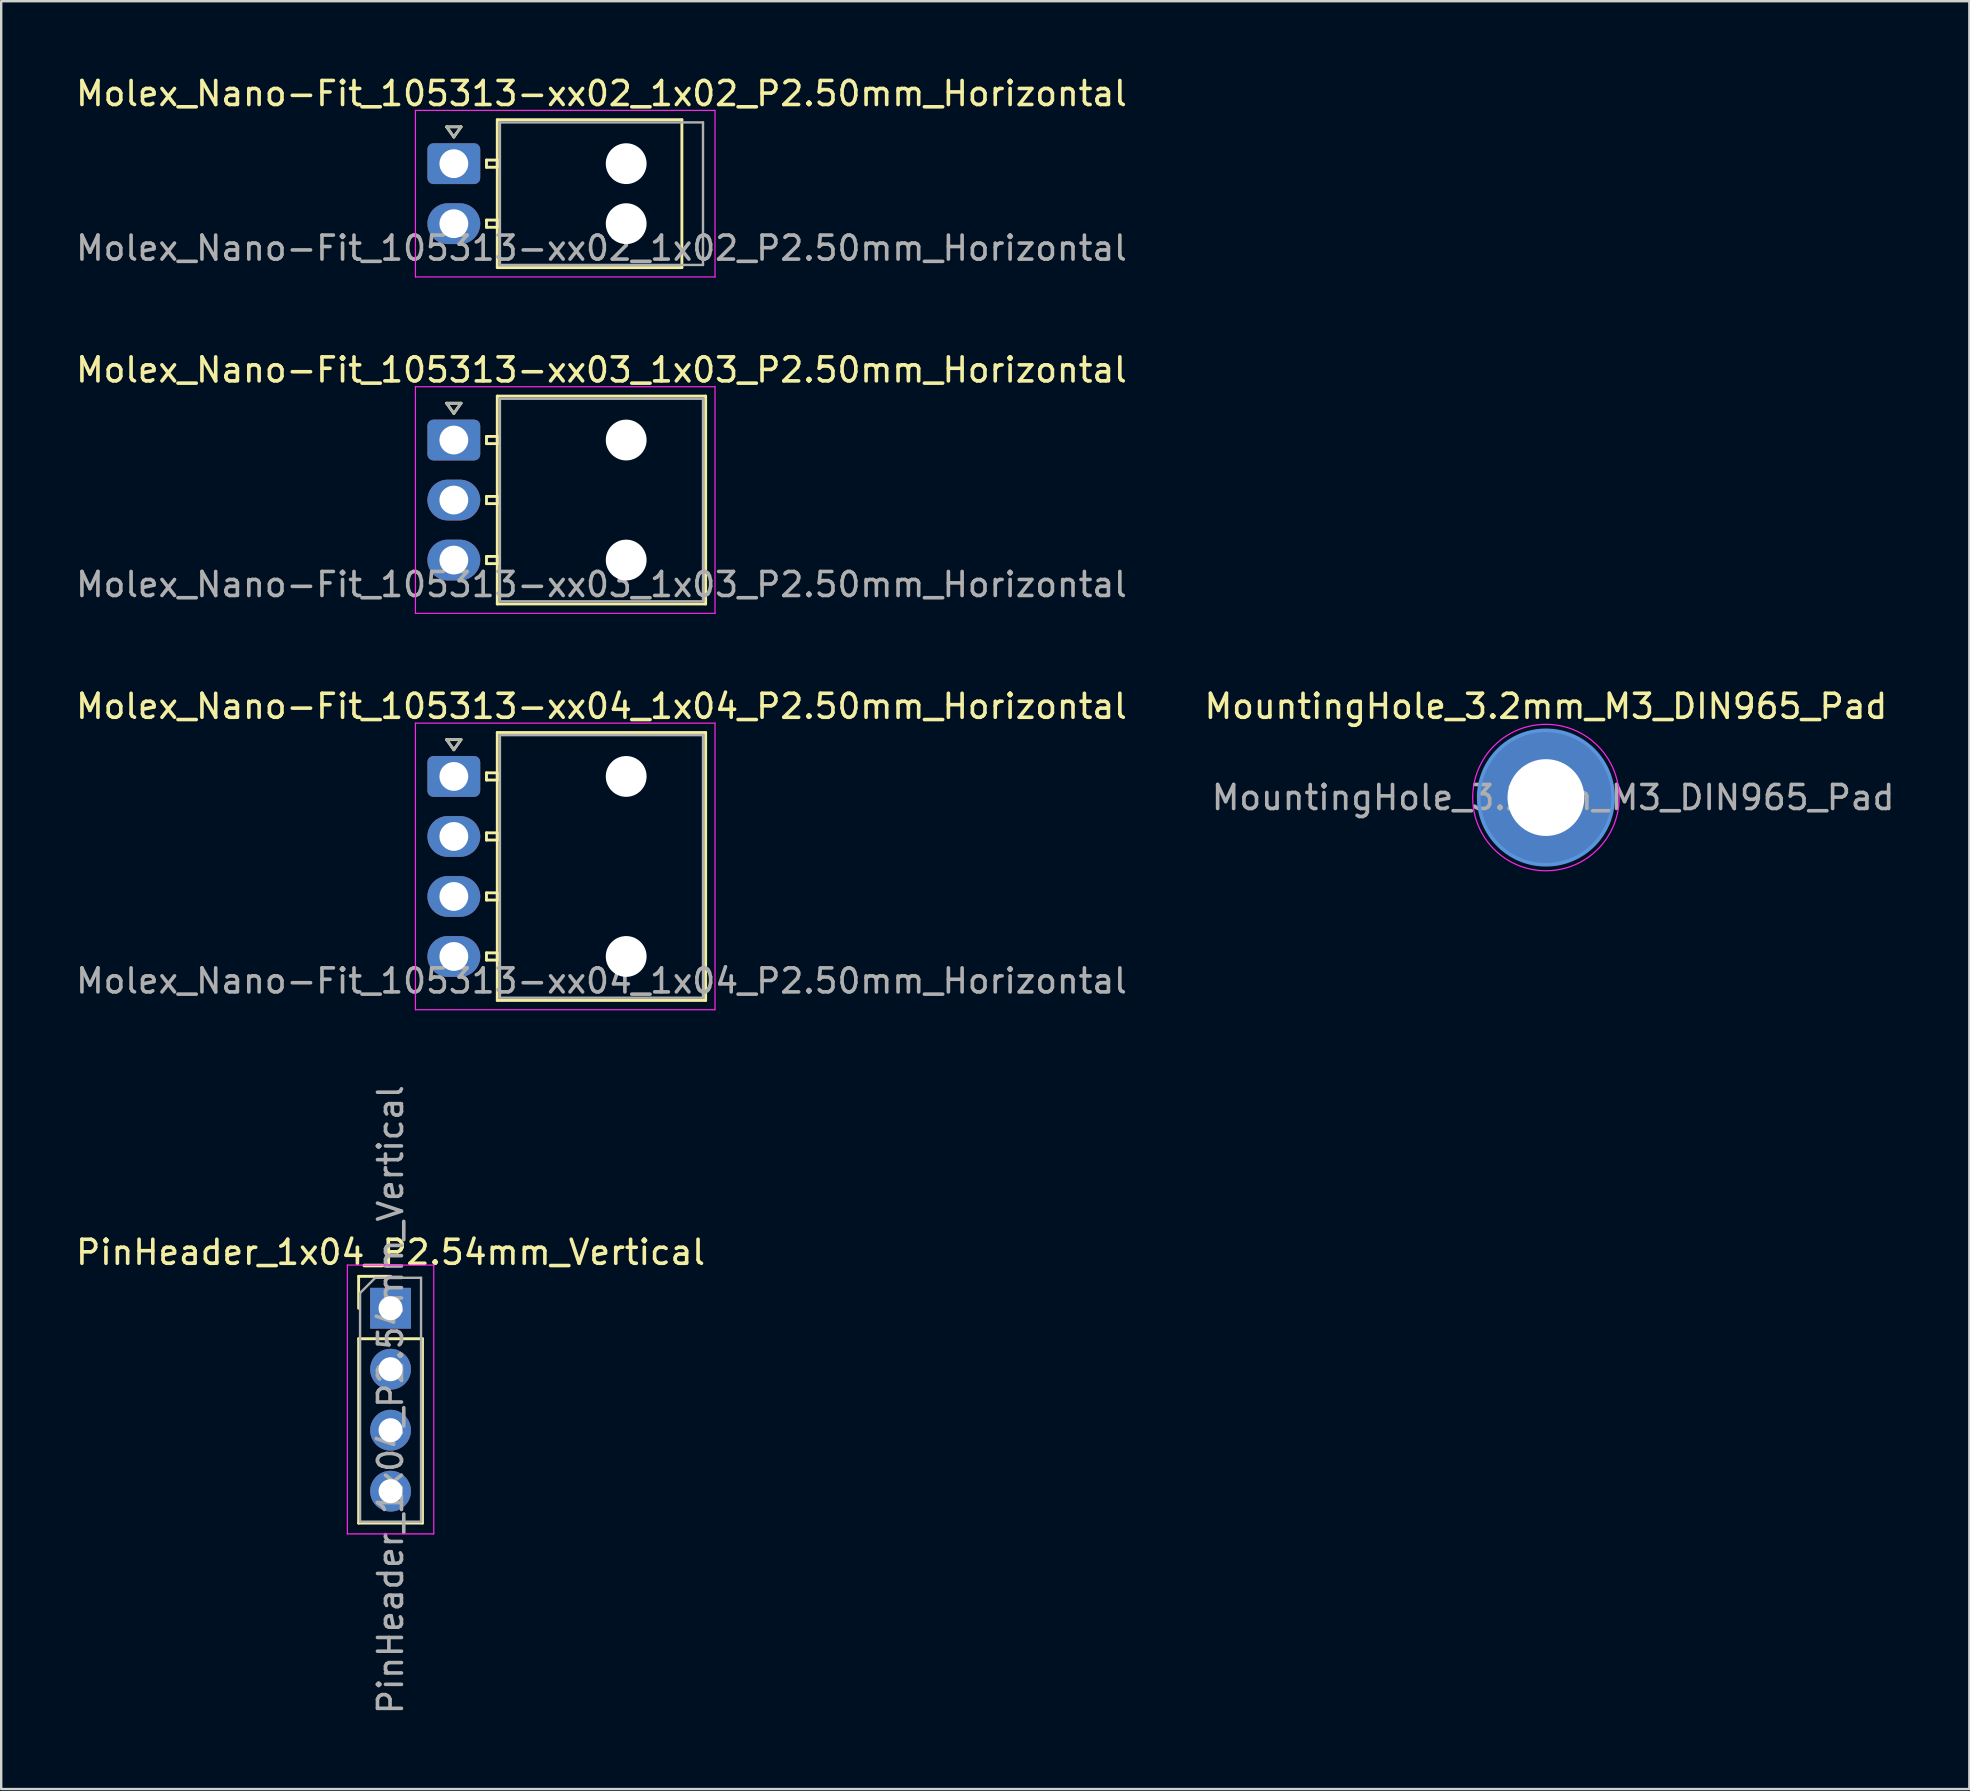
<source format=kicad_pcb>
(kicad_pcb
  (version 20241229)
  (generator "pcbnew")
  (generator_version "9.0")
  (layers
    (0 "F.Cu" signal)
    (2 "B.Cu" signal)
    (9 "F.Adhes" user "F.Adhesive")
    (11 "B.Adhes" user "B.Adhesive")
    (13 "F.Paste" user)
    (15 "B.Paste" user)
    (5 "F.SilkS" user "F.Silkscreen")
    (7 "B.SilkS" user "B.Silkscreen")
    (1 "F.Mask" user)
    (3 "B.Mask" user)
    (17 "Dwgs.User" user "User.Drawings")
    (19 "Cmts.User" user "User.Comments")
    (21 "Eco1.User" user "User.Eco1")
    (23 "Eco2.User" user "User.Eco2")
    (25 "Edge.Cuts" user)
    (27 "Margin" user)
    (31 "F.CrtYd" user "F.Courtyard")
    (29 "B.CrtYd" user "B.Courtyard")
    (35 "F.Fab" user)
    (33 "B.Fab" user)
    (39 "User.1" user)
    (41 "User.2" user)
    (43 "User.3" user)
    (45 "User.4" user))
  (footprint "Molex_Nano-Fit_105313-xx02_1x02_P2.50mm_Horizontal"
    (layer "F.Cu")
    (at 15.856 3.768)
    (property "Reference" "Molex_Nano-Fit_105313-xx02_1x02_P2.50mm_Horizontal" (at 6.15 -2.92 0) (layer "F.SilkS") (effects (font (size 1 1) (thickness 0.15))))
    (attr through_hole)
    (fp_line (start -0.3 -1.534) (end 0 -1.11) (stroke (width 0.12) (type solid)) (layer "F.SilkS"))
    (fp_line (start 0 -1.11) (end 0.3 -1.534) (stroke (width 0.12) (type solid)) (layer "F.SilkS"))
    (fp_line (start 0.3 -1.534) (end -0.3 -1.534) (stroke (width 0.12) (type solid)) (layer "F.SilkS"))
    (fp_line (start 1.36 -0.15) (end 1.36 0.15) (stroke (width 0.12) (type solid)) (layer "F.SilkS"))
    (fp_line (start 1.36 0.15) (end 1.81 0.15) (stroke (width 0.12) (type solid)) (layer "F.SilkS"))
    (fp_line (start 1.36 2.35) (end 1.36 2.65) (stroke (width 0.12) (type solid)) (layer "F.SilkS"))
    (fp_line (start 1.36 2.65) (end 1.81 2.65) (stroke (width 0.12) (type solid)) (layer "F.SilkS"))
    (fp_line (start 1.81 -1.83) (end 1.81 4.33) (stroke (width 0.12) (type solid)) (layer "F.SilkS"))
    (fp_line (start 1.81 -0.15) (end 1.36 -0.15) (stroke (width 0.12) (type solid)) (layer "F.SilkS"))
    (fp_line (start 1.81 0.15) (end 1.81 -0.15) (stroke (width 0.12) (type solid)) (layer "F.SilkS"))
    (fp_line (start 1.81 2.35) (end 1.36 2.35) (stroke (width 0.12) (type solid)) (layer "F.SilkS"))
    (fp_line (start 1.81 2.65) (end 1.81 2.35) (stroke (width 0.12) (type solid)) (layer "F.SilkS"))
    (fp_line (start 1.81 4.33) (end 9.5 4.33) (stroke (width 0.12) (type solid)) (layer "F.SilkS"))
    (fp_line (start 9.5 -1.83) (end 1.81 -1.83) (stroke (width 0.12) (type solid)) (layer "F.SilkS"))
    (fp_line (start 9.5 4.33) (end 9.5 -1.83) (stroke (width 0.12) (type solid)) (layer "F.SilkS"))
    (fp_line (start -1.6 -2.22) (end -1.6 4.72) (stroke (width 0.05) (type solid)) (layer "F.CrtYd"))
    (fp_line (start -1.6 4.72) (end 10.88 4.72) (stroke (width 0.05) (type solid)) (layer "F.CrtYd"))
    (fp_line (start 10.88 -2.22) (end -1.6 -2.22) (stroke (width 0.05) (type solid)) (layer "F.CrtYd"))
    (fp_line (start 10.88 4.72) (end 10.88 -2.22) (stroke (width 0.05) (type solid)) (layer "F.CrtYd"))
    (fp_line (start -0.3 -1.534) (end 0 -1.11) (stroke (width 0.1) (type solid)) (layer "F.Fab"))
    (fp_line (start 0 -1.11) (end 0.3 -1.534) (stroke (width 0.1) (type solid)) (layer "F.Fab"))
    (fp_line (start 0.3 -1.534) (end -0.3 -1.534) (stroke (width 0.1) (type solid)) (layer "F.Fab"))
    (fp_line (start 1.92 -1.72) (end 1.92 4.22) (stroke (width 0.1) (type solid)) (layer "F.Fab"))
    (fp_line (start 1.92 4.22) (end 10.38 4.22) (stroke (width 0.1) (type solid)) (layer "F.Fab"))
    (fp_line (start 10.38 -1.72) (end 1.92 -1.72) (stroke (width 0.1) (type solid)) (layer "F.Fab"))
    (fp_line (start 10.38 4.22) (end 10.38 -1.72) (stroke (width 0.1) (type solid)) (layer "F.Fab"))
    (fp_text user "${REFERENCE}" (at 6.15 3.52 0) (layer "F.Fab") (effects (font (size 1 1) (thickness 0.15))))
    (pad "" np_thru_hole circle (at 7.18 0) (size 1.7 1.7) (drill 1.7) (layers "*.Cu" "*.Mask"))
    (pad "" np_thru_hole circle (at 7.18 2.5) (size 1.7 1.7) (drill 1.7) (layers "*.Cu" "*.Mask"))
    (pad "1" thru_hole roundrect (at 0 0) (size 2.2 1.7) (drill 1.2) (layers "*.Cu" "*.Mask") (roundrect_rratio 0.147))
    (pad "2" thru_hole oval (at 0 2.5) (size 2.2 1.7) (drill 1.2) (layers "*.Cu" "*.Mask")))
  (footprint "PinHeader_1x04_P2.54mm_Vertical"
    (layer "F.Cu")
    (at 13.22 51.45)
    (property "Reference" "PinHeader_1x04_P2.54mm_Vertical" (at 0 -2.33 0) (layer "F.SilkS") (effects (font (size 1 1) (thickness 0.15))))
    (attr through_hole)
    (fp_line (start -1.33 -1.33) (end 0 -1.33) (stroke (width 0.12) (type solid)) (layer "F.SilkS"))
    (fp_line (start -1.33 0) (end -1.33 -1.33) (stroke (width 0.12) (type solid)) (layer "F.SilkS"))
    (fp_line (start -1.33 1.27) (end -1.33 8.95) (stroke (width 0.12) (type solid)) (layer "F.SilkS"))
    (fp_line (start -1.33 1.27) (end 1.33 1.27) (stroke (width 0.12) (type solid)) (layer "F.SilkS"))
    (fp_line (start -1.33 8.95) (end 1.33 8.95) (stroke (width 0.12) (type solid)) (layer "F.SilkS"))
    (fp_line (start 1.33 1.27) (end 1.33 8.95) (stroke (width 0.12) (type solid)) (layer "F.SilkS"))
    (fp_line (start -1.8 -1.8) (end -1.8 9.4) (stroke (width 0.05) (type solid)) (layer "F.CrtYd"))
    (fp_line (start -1.8 9.4) (end 1.8 9.4) (stroke (width 0.05) (type solid)) (layer "F.CrtYd"))
    (fp_line (start 1.8 -1.8) (end -1.8 -1.8) (stroke (width 0.05) (type solid)) (layer "F.CrtYd"))
    (fp_line (start 1.8 9.4) (end 1.8 -1.8) (stroke (width 0.05) (type solid)) (layer "F.CrtYd"))
    (fp_line (start -1.27 -0.635) (end -0.635 -1.27) (stroke (width 0.1) (type solid)) (layer "F.Fab"))
    (fp_line (start -1.27 8.89) (end -1.27 -0.635) (stroke (width 0.1) (type solid)) (layer "F.Fab"))
    (fp_line (start -0.635 -1.27) (end 1.27 -1.27) (stroke (width 0.1) (type solid)) (layer "F.Fab"))
    (fp_line (start 1.27 -1.27) (end 1.27 8.89) (stroke (width 0.1) (type solid)) (layer "F.Fab"))
    (fp_line (start 1.27 8.89) (end -1.27 8.89) (stroke (width 0.1) (type solid)) (layer "F.Fab"))
    (fp_text user "${REFERENCE}" (at 0 3.81 270) (layer "F.Fab") (effects (font (size 1 1) (thickness 0.15))))
    (pad "1" thru_hole rect (at 0 0) (size 1.7 1.7) (drill 1) (layers "*.Cu" "*.Mask"))
    (pad "2" thru_hole oval (at 0 2.54) (size 1.7 1.7) (drill 1) (layers "*.Cu" "*.Mask"))
    (pad "3" thru_hole oval (at 0 5.08) (size 1.7 1.7) (drill 1) (layers "*.Cu" "*.Mask"))
    (pad "4" thru_hole oval (at 0 7.62) (size 1.7 1.7) (drill 1) (layers "*.Cu" "*.Mask")))
  (footprint "Molex_Nano-Fit_105313-xx04_1x04_P2.50mm_Horizontal"
    (layer "F.Cu")
    (at 15.856 29.295)
    (property "Reference" "Molex_Nano-Fit_105313-xx04_1x04_P2.50mm_Horizontal" (at 6.15 -2.92 180) (layer "F.SilkS") (effects (font (size 1 1) (thickness 0.15))))
    (attr through_hole)
    (fp_line (start -0.3 -1.534) (end 0 -1.11) (stroke (width 0.12) (type solid)) (layer "F.SilkS"))
    (fp_line (start 0 -1.11) (end 0.3 -1.534) (stroke (width 0.12) (type solid)) (layer "F.SilkS"))
    (fp_line (start 0.3 -1.534) (end -0.3 -1.534) (stroke (width 0.12) (type solid)) (layer "F.SilkS"))
    (fp_line (start 1.36 -0.15) (end 1.36 0.15) (stroke (width 0.12) (type solid)) (layer "F.SilkS"))
    (fp_line (start 1.36 0.15) (end 1.81 0.15) (stroke (width 0.12) (type solid)) (layer "F.SilkS"))
    (fp_line (start 1.36 2.35) (end 1.36 2.65) (stroke (width 0.12) (type solid)) (layer "F.SilkS"))
    (fp_line (start 1.36 2.65) (end 1.81 2.65) (stroke (width 0.12) (type solid)) (layer "F.SilkS"))
    (fp_line (start 1.36 4.85) (end 1.36 5.15) (stroke (width 0.12) (type solid)) (layer "F.SilkS"))
    (fp_line (start 1.36 5.15) (end 1.81 5.15) (stroke (width 0.12) (type solid)) (layer "F.SilkS"))
    (fp_line (start 1.36 7.35) (end 1.36 7.65) (stroke (width 0.12) (type solid)) (layer "F.SilkS"))
    (fp_line (start 1.36 7.65) (end 1.81 7.65) (stroke (width 0.12) (type solid)) (layer "F.SilkS"))
    (fp_line (start 1.81 -1.83) (end 1.81 9.33) (stroke (width 0.12) (type solid)) (layer "F.SilkS"))
    (fp_line (start 1.81 -0.15) (end 1.36 -0.15) (stroke (width 0.12) (type solid)) (layer "F.SilkS"))
    (fp_line (start 1.81 0.15) (end 1.81 -0.15) (stroke (width 0.12) (type solid)) (layer "F.SilkS"))
    (fp_line (start 1.81 2.35) (end 1.36 2.35) (stroke (width 0.12) (type solid)) (layer "F.SilkS"))
    (fp_line (start 1.81 2.65) (end 1.81 2.35) (stroke (width 0.12) (type solid)) (layer "F.SilkS"))
    (fp_line (start 1.81 4.85) (end 1.36 4.85) (stroke (width 0.12) (type solid)) (layer "F.SilkS"))
    (fp_line (start 1.81 5.15) (end 1.81 4.85) (stroke (width 0.12) (type solid)) (layer "F.SilkS"))
    (fp_line (start 1.81 7.35) (end 1.36 7.35) (stroke (width 0.12) (type solid)) (layer "F.SilkS"))
    (fp_line (start 1.81 7.65) (end 1.81 7.35) (stroke (width 0.12) (type solid)) (layer "F.SilkS"))
    (fp_line (start 1.81 9.33) (end 10.49 9.33) (stroke (width 0.12) (type solid)) (layer "F.SilkS"))
    (fp_line (start 10.49 -1.83) (end 1.81 -1.83) (stroke (width 0.12) (type solid)) (layer "F.SilkS"))
    (fp_line (start 10.49 9.33) (end 10.49 -1.83) (stroke (width 0.12) (type solid)) (layer "F.SilkS"))
    (fp_line (start -1.6 -2.22) (end -1.6 9.72) (stroke (width 0.05) (type solid)) (layer "F.CrtYd"))
    (fp_line (start -1.6 9.72) (end 10.88 9.72) (stroke (width 0.05) (type solid)) (layer "F.CrtYd"))
    (fp_line (start 10.88 -2.22) (end -1.6 -2.22) (stroke (width 0.05) (type solid)) (layer "F.CrtYd"))
    (fp_line (start 10.88 9.72) (end 10.88 -2.22) (stroke (width 0.05) (type solid)) (layer "F.CrtYd"))
    (fp_line (start -0.3 -1.534) (end 0 -1.11) (stroke (width 0.1) (type solid)) (layer "F.Fab"))
    (fp_line (start 0 -1.11) (end 0.3 -1.534) (stroke (width 0.1) (type solid)) (layer "F.Fab"))
    (fp_line (start 0.3 -1.534) (end -0.3 -1.534) (stroke (width 0.1) (type solid)) (layer "F.Fab"))
    (fp_line (start 1.92 -1.72) (end 1.92 9.22) (stroke (width 0.1) (type solid)) (layer "F.Fab"))
    (fp_line (start 1.92 9.22) (end 10.38 9.22) (stroke (width 0.1) (type solid)) (layer "F.Fab"))
    (fp_line (start 10.38 -1.72) (end 1.92 -1.72) (stroke (width 0.1) (type solid)) (layer "F.Fab"))
    (fp_line (start 10.38 9.22) (end 10.38 -1.72) (stroke (width 0.1) (type solid)) (layer "F.Fab"))
    (fp_text user "${REFERENCE}" (at 6.15 8.52 180) (layer "F.Fab") (effects (font (size 1 1) (thickness 0.15))))
    (pad "" np_thru_hole circle (at 7.18 0) (size 1.7 1.7) (drill 1.7) (layers "*.Cu" "*.Mask"))
    (pad "" np_thru_hole circle (at 7.18 7.5) (size 1.7 1.7) (drill 1.7) (layers "*.Cu" "*.Mask"))
    (pad "1" thru_hole roundrect (at 0 0) (size 2.2 1.7) (drill 1.2) (layers "*.Cu" "*.Mask") (roundrect_rratio 0.147))
    (pad "2" thru_hole oval (at 0 2.5) (size 2.2 1.7) (drill 1.2) (layers "*.Cu" "*.Mask"))
    (pad "3" thru_hole oval (at 0 5) (size 2.2 1.7) (drill 1.2) (layers "*.Cu" "*.Mask"))
    (pad "4" thru_hole oval (at 0 7.5) (size 2.2 1.7) (drill 1.2) (layers "*.Cu" "*.Mask")))
  (footprint "MountingHole_3.2mm_M3_DIN965_Pad"
    (layer "F.Cu")
    (at 61.351 30.175)
    (property "Reference" "MountingHole_3.2mm_M3_DIN965_Pad" (at 0 -3.8 0) (layer "F.SilkS") (effects (font (size 1 1) (thickness 0.15))))
    (attr exclude_from_pos_files)
    (fp_circle (center 0 0) (end 2.8 0) (stroke (width 0.15) (type solid)) (fill no) (layer "Cmts.User"))
    (fp_circle (center 0 0) (end 3.05 0) (stroke (width 0.05) (type solid)) (fill no) (layer "F.CrtYd"))
    (fp_text user "${REFERENCE}" (at 0.3 0 0) (layer "F.Fab") (effects (font (size 1 1) (thickness 0.15))))
    (pad "1" thru_hole circle (at 0 0) (size 5.6 5.6) (drill 3.2) (layers "*.Cu" "*.Mask")))
  (footprint "Molex_Nano-Fit_105313-xx03_1x03_P2.50mm_Horizontal"
    (layer "F.Cu")
    (at 15.856 15.281)
    (property "Reference" "Molex_Nano-Fit_105313-xx03_1x03_P2.50mm_Horizontal" (at 6.15 -2.92 0) (layer "F.SilkS") (effects (font (size 1 1) (thickness 0.15))))
    (attr through_hole)
    (fp_line (start -0.3 -1.534) (end 0 -1.11) (stroke (width 0.12) (type solid)) (layer "F.SilkS"))
    (fp_line (start 0 -1.11) (end 0.3 -1.534) (stroke (width 0.12) (type solid)) (layer "F.SilkS"))
    (fp_line (start 0.3 -1.534) (end -0.3 -1.534) (stroke (width 0.12) (type solid)) (layer "F.SilkS"))
    (fp_line (start 1.36 -0.15) (end 1.36 0.15) (stroke (width 0.12) (type solid)) (layer "F.SilkS"))
    (fp_line (start 1.36 0.15) (end 1.81 0.15) (stroke (width 0.12) (type solid)) (layer "F.SilkS"))
    (fp_line (start 1.36 2.35) (end 1.36 2.65) (stroke (width 0.12) (type solid)) (layer "F.SilkS"))
    (fp_line (start 1.36 2.65) (end 1.81 2.65) (stroke (width 0.12) (type solid)) (layer "F.SilkS"))
    (fp_line (start 1.36 4.85) (end 1.36 5.15) (stroke (width 0.12) (type solid)) (layer "F.SilkS"))
    (fp_line (start 1.36 5.15) (end 1.81 5.15) (stroke (width 0.12) (type solid)) (layer "F.SilkS"))
    (fp_line (start 1.81 -1.83) (end 1.81 6.83) (stroke (width 0.12) (type solid)) (layer "F.SilkS"))
    (fp_line (start 1.81 -0.15) (end 1.36 -0.15) (stroke (width 0.12) (type solid)) (layer "F.SilkS"))
    (fp_line (start 1.81 0.15) (end 1.81 -0.15) (stroke (width 0.12) (type solid)) (layer "F.SilkS"))
    (fp_line (start 1.81 2.35) (end 1.36 2.35) (stroke (width 0.12) (type solid)) (layer "F.SilkS"))
    (fp_line (start 1.81 2.65) (end 1.81 2.35) (stroke (width 0.12) (type solid)) (layer "F.SilkS"))
    (fp_line (start 1.81 4.85) (end 1.36 4.85) (stroke (width 0.12) (type solid)) (layer "F.SilkS"))
    (fp_line (start 1.81 5.15) (end 1.81 4.85) (stroke (width 0.12) (type solid)) (layer "F.SilkS"))
    (fp_line (start 1.81 6.83) (end 10.49 6.83) (stroke (width 0.12) (type solid)) (layer "F.SilkS"))
    (fp_line (start 10.49 -1.83) (end 1.81 -1.83) (stroke (width 0.12) (type solid)) (layer "F.SilkS"))
    (fp_line (start 10.49 6.83) (end 10.49 -1.83) (stroke (width 0.12) (type solid)) (layer "F.SilkS"))
    (fp_line (start -1.6 -2.22) (end -1.6 7.22) (stroke (width 0.05) (type solid)) (layer "F.CrtYd"))
    (fp_line (start -1.6 7.22) (end 10.88 7.22) (stroke (width 0.05) (type solid)) (layer "F.CrtYd"))
    (fp_line (start 10.88 -2.22) (end -1.6 -2.22) (stroke (width 0.05) (type solid)) (layer "F.CrtYd"))
    (fp_line (start 10.88 7.22) (end 10.88 -2.22) (stroke (width 0.05) (type solid)) (layer "F.CrtYd"))
    (fp_line (start -0.3 -1.534) (end 0 -1.11) (stroke (width 0.1) (type solid)) (layer "F.Fab"))
    (fp_line (start 0 -1.11) (end 0.3 -1.534) (stroke (width 0.1) (type solid)) (layer "F.Fab"))
    (fp_line (start 0.3 -1.534) (end -0.3 -1.534) (stroke (width 0.1) (type solid)) (layer "F.Fab"))
    (fp_line (start 1.92 -1.72) (end 1.92 6.72) (stroke (width 0.1) (type solid)) (layer "F.Fab"))
    (fp_line (start 1.92 6.72) (end 10.38 6.72) (stroke (width 0.1) (type solid)) (layer "F.Fab"))
    (fp_line (start 10.38 -1.72) (end 1.92 -1.72) (stroke (width 0.1) (type solid)) (layer "F.Fab"))
    (fp_line (start 10.38 6.72) (end 10.38 -1.72) (stroke (width 0.1) (type solid)) (layer "F.Fab"))
    (fp_text user "${REFERENCE}" (at 6.15 6.02 0) (layer "F.Fab") (effects (font (size 1 1) (thickness 0.15))))
    (pad "" np_thru_hole circle (at 7.18 0) (size 1.7 1.7) (drill 1.7) (layers "*.Cu" "*.Mask"))
    (pad "" np_thru_hole circle (at 7.18 5) (size 1.7 1.7) (drill 1.7) (layers "*.Cu" "*.Mask"))
    (pad "1" thru_hole roundrect (at 0 0) (size 2.2 1.7) (drill 1.2) (layers "*.Cu" "*.Mask") (roundrect_rratio 0.147))
    (pad "2" thru_hole oval (at 0 2.5) (size 2.2 1.7) (drill 1.2) (layers "*.Cu" "*.Mask"))
    (pad "3" thru_hole oval (at 0 5) (size 2.2 1.7) (drill 1.2) (layers "*.Cu" "*.Mask")))
  (gr_rect
    (start -3 -3)
    (end 78.99 71.48)
    (stroke (width 0.1) (type default))
    (fill no)
    (layer "Edge.Cuts")))
</source>
